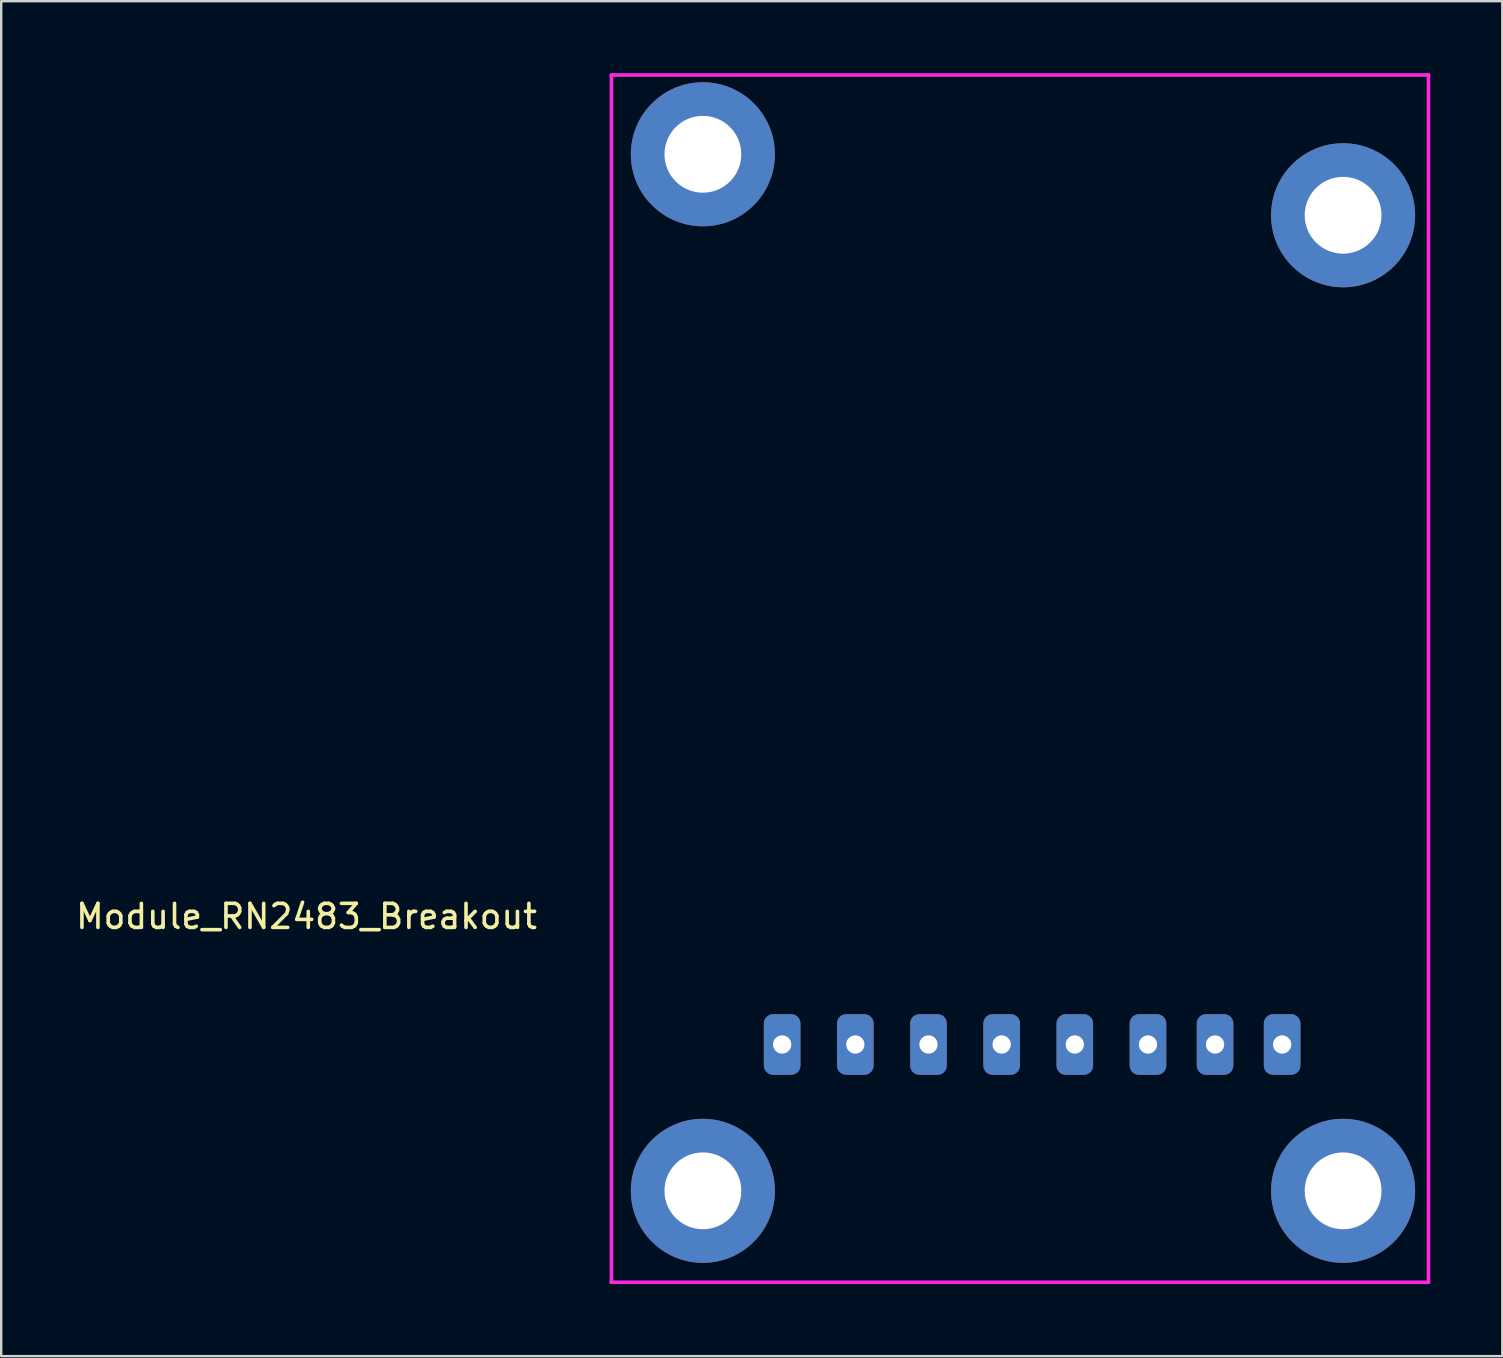
<source format=kicad_pcb>
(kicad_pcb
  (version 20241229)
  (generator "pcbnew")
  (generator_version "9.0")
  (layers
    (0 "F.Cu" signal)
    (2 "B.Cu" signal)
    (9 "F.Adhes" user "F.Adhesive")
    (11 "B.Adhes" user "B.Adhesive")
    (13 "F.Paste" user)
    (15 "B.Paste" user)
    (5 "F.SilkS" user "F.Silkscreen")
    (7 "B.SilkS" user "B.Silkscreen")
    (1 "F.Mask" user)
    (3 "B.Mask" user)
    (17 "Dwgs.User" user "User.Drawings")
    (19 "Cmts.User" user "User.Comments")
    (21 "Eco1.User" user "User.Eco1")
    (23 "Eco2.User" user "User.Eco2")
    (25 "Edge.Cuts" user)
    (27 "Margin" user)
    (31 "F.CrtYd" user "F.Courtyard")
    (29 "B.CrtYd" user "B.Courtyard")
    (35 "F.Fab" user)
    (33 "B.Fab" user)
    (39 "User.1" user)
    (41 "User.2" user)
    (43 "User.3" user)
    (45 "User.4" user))
  (footprint "Module_RN2483_Breakout"
    (layer "F.Cu")
    (at 29.532 40.461)
    (property "Reference" "Module_RN2483_Breakout" (at -19.812 -5.334 0) (layer "F.SilkS") (effects (font (size 1 1) (thickness 0.15))))
    (attr through_hole)
    (fp_line (start -7.112 -40.386) (end 26.924 -40.386) (stroke (width 0.15) (type solid)) (layer "F.CrtYd"))
    (fp_line (start -7.112 9.906) (end -7.112 -40.386) (stroke (width 0.15) (type solid)) (layer "F.CrtYd"))
    (fp_line (start 26.924 -40.386) (end 26.924 9.906) (stroke (width 0.15) (type solid)) (layer "F.CrtYd"))
    (fp_line (start 26.924 9.906) (end -7.112 9.906) (stroke (width 0.15) (type solid)) (layer "F.CrtYd"))
    (pad "" thru_hole circle (at -3.302 -37.084) (size 6 6) (drill 3.2) (layers "*.Cu" "*.Mask"))
    (pad "" thru_hole circle (at -3.302 6.096) (size 6 6) (drill 3.2) (layers "*.Cu" "*.Mask"))
    (pad "" thru_hole circle (at 23.368 -34.544) (size 6 6) (drill 3.2) (layers "*.Cu" "*.Mask"))
    (pad "" thru_hole circle (at 23.368 6.096) (size 6 6) (drill 3.2) (layers "*.Cu" "*.Mask"))
    (pad "1" thru_hole roundrect (at 0 0) (size 1.524 2.524) (drill 0.762) (layers "*.Cu" "*.Mask") (roundrect_rratio 0.25))
    (pad "2" thru_hole roundrect (at 3.048 0) (size 1.524 2.524) (drill 0.762) (layers "*.Cu" "*.Mask") (roundrect_rratio 0.25))
    (pad "3" thru_hole roundrect (at 6.096 0) (size 1.524 2.524) (drill 0.762) (layers "*.Cu" "*.Mask") (roundrect_rratio 0.25))
    (pad "4" thru_hole roundrect (at 9.144 0) (size 1.524 2.524) (drill 0.762) (layers "*.Cu" "*.Mask") (roundrect_rratio 0.25))
    (pad "5" thru_hole roundrect (at 12.192 0) (size 1.524 2.524) (drill 0.762) (layers "*.Cu" "*.Mask") (roundrect_rratio 0.25))
    (pad "6" thru_hole roundrect (at 15.24 0) (size 1.524 2.524) (drill 0.762) (layers "*.Cu" "*.Mask") (roundrect_rratio 0.25))
    (pad "7" thru_hole roundrect (at 18.034 0) (size 1.524 2.524) (drill 0.762) (layers "*.Cu" "*.Mask") (roundrect_rratio 0.25))
    (pad "8" thru_hole roundrect (at 20.828 0) (size 1.524 2.524) (drill 0.762) (layers "*.Cu" "*.Mask") (roundrect_rratio 0.25)))
  (gr_rect
    (start -3 -3)
    (end 59.531 53.442)
    (stroke (width 0.1) (type default))
    (fill no)
    (layer "Edge.Cuts")))
</source>
